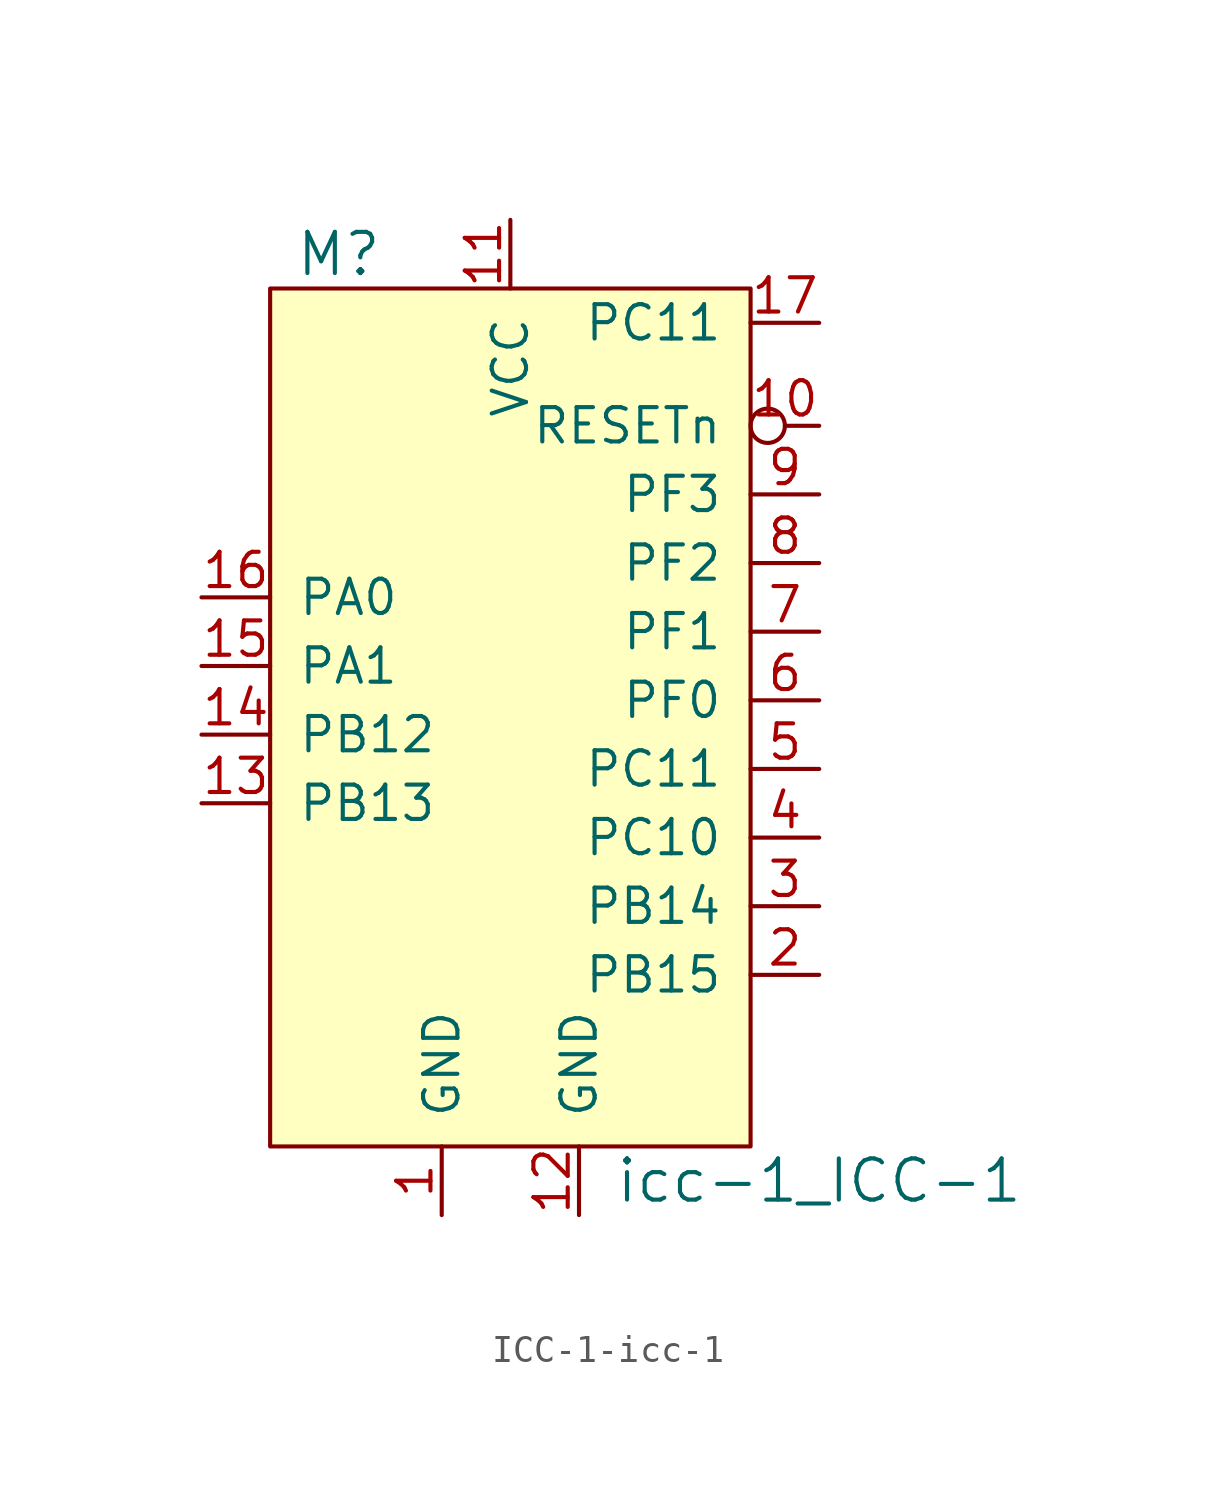
<source format=kicad_sym>
(kicad_symbol_lib
  (version 20220914)
  (generator kicad_symbol_editor)
  (symbol "ICC-1-icc-1"
    (pin_names
      (offset 1.016))
    (property "Reference" "M"
      (at -6.35 17.78 0)
      (effects (font (size 1.524 1.524))))
    (property "Value" "icc-1_ICC-1"
      (at 11.43 -16.51 0)
      (effects (font (size 1.524 1.524))))
    (symbol "ICC-1-icc-1_0_1"
      (rectangle (start -8.89 16.51) (end 8.89 -15.24) (stroke (width 0) (type solid)) (fill (type background))))
    (symbol "ICC-1-icc-1_1_1"
      (pin power_in line (at -2.54 -17.78 90) (length 2.54) (name "GND" (effects (font (size 1.27 1.27)))) (number "1" (effects (font (size 1.27 1.27)))))
      (pin input inverted (at 11.43 11.43 180) (length 2.54) (name "RESETn" (effects (font (size 1.27 1.27)))) (number "10" (effects (font (size 1.27 1.27)))))
      (pin power_in line (at 0 19.05 270) (length 2.54) (name "VCC" (effects (font (size 1.27 1.27)))) (number "11" (effects (font (size 1.27 1.27)))))
      (pin power_in line (at 2.54 -17.78 90) (length 2.54) (name "GND" (effects (font (size 1.27 1.27)))) (number "12" (effects (font (size 1.27 1.27)))))
      (pin bidirectional line (at -11.43 -2.54 0) (length 2.54) (name "PB13" (effects (font (size 1.27 1.27)))) (number "13" (effects (font (size 1.27 1.27)))))
      (pin bidirectional line (at -11.43 0 0) (length 2.54) (name "PB12" (effects (font (size 1.27 1.27)))) (number "14" (effects (font (size 1.27 1.27)))))
      (pin bidirectional line (at -11.43 2.54 0) (length 2.54) (name "PA1" (effects (font (size 1.27 1.27)))) (number "15" (effects (font (size 1.27 1.27)))))
      (pin bidirectional line (at -11.43 5.08 0) (length 2.54) (name "PA0" (effects (font (size 1.27 1.27)))) (number "16" (effects (font (size 1.27 1.27)))))
      (pin bidirectional line (at 11.43 15.24 180) (length 2.54) (name "PC11" (effects (font (size 1.27 1.27)))) (number "17" (effects (font (size 1.27 1.27)))))
      (pin bidirectional line (at 11.43 -8.89 180) (length 2.54) (name "PB15" (effects (font (size 1.27 1.27)))) (number "2" (effects (font (size 1.27 1.27)))))
      (pin bidirectional line (at 11.43 -6.35 180) (length 2.54) (name "PB14" (effects (font (size 1.27 1.27)))) (number "3" (effects (font (size 1.27 1.27)))))
      (pin bidirectional line (at 11.43 -3.81 180) (length 2.54) (name "PC10" (effects (font (size 1.27 1.27)))) (number "4" (effects (font (size 1.27 1.27)))))
      (pin bidirectional line (at 11.43 -1.27 180) (length 2.54) (name "PC11" (effects (font (size 1.27 1.27)))) (number "5" (effects (font (size 1.27 1.27)))))
      (pin bidirectional line (at 11.43 1.27 180) (length 2.54) (name "PF0" (effects (font (size 1.27 1.27)))) (number "6" (effects (font (size 1.27 1.27)))))
      (pin bidirectional line (at 11.43 3.81 180) (length 2.54) (name "PF1" (effects (font (size 1.27 1.27)))) (number "7" (effects (font (size 1.27 1.27)))))
      (pin bidirectional line (at 11.43 6.35 180) (length 2.54) (name "PF2" (effects (font (size 1.27 1.27)))) (number "8" (effects (font (size 1.27 1.27)))))
      (pin bidirectional line (at 11.43 8.89 180) (length 2.54) (name "PF3" (effects (font (size 1.27 1.27)))) (number "9" (effects (font (size 1.27 1.27))))))))
</source>
